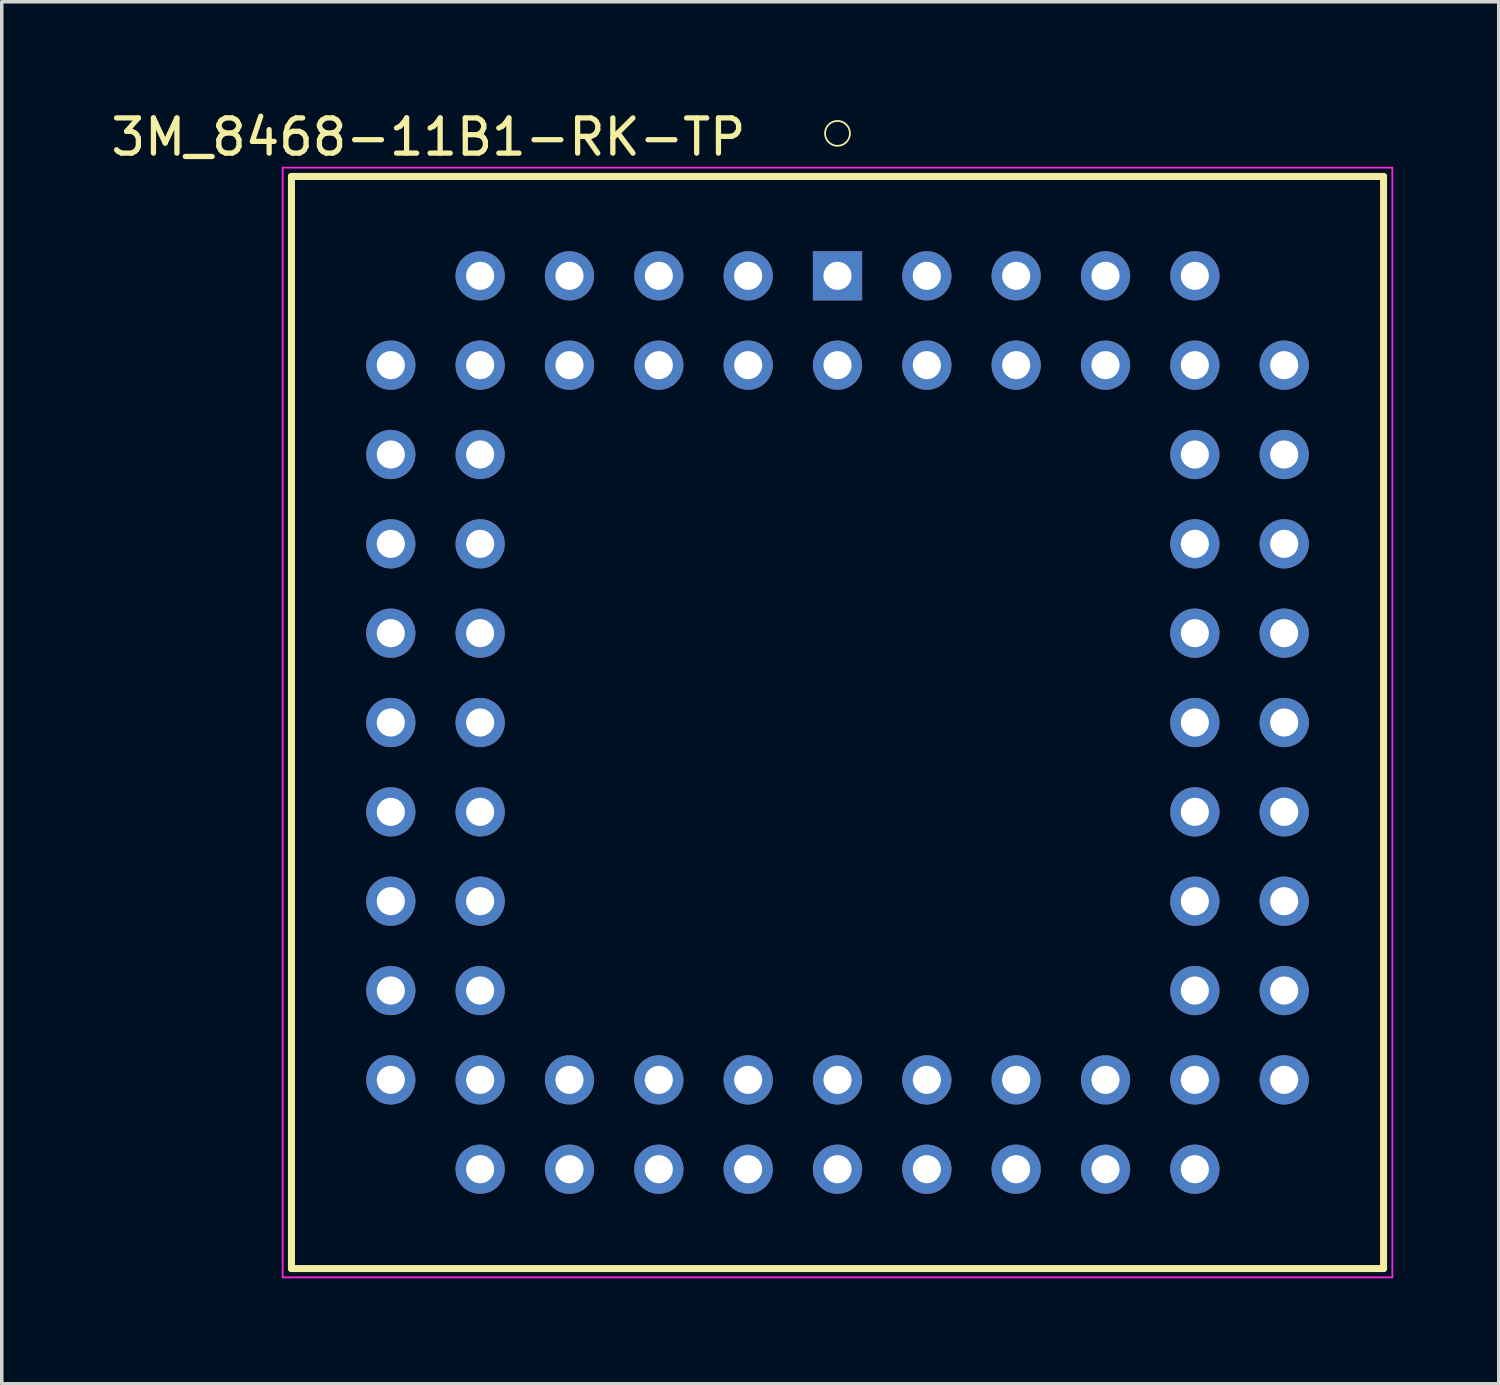
<source format=kicad_pcb>
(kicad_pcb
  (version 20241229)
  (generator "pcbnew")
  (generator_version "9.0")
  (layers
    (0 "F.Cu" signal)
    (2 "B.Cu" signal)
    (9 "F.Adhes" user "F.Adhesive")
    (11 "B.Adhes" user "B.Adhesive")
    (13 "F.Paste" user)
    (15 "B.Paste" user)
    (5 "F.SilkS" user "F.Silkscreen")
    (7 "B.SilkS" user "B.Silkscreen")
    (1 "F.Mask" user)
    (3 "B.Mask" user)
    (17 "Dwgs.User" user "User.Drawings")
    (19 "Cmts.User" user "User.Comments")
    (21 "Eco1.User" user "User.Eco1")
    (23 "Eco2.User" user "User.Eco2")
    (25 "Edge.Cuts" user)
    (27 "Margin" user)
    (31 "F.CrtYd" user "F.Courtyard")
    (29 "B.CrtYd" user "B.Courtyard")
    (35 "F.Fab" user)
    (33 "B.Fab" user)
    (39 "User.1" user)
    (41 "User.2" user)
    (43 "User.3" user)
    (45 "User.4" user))
  (footprint "3M_8468-11B1-RK-TP"
    (layer "F.Cu")
    (at 20.761 17.492)
    (property "Reference" "3M_8468-11B1-RK-TP" (at -11.631 -16.644 0) (layer "F.SilkS") (effects (font (size 1.001 1.001) (thickness 0.15))))
    (attr through_hole)
    (fp_line (start -15.525 -15.525) (end 15.525 -15.525) (stroke (width 0.2) (type solid)) (layer "F.SilkS"))
    (fp_line (start -15.525 15.525) (end -15.525 -15.525) (stroke (width 0.2) (type solid)) (layer "F.SilkS"))
    (fp_line (start 15.525 -15.525) (end 15.525 15.525) (stroke (width 0.2) (type solid)) (layer "F.SilkS"))
    (fp_line (start 15.525 15.525) (end -15.525 15.525) (stroke (width 0.2) (type solid)) (layer "F.SilkS"))
    (fp_circle (center 0 -16.75) (end 0.354 -16.75) (stroke (width 0.05) (type solid)) (fill no) (layer "F.SilkS"))
    (fp_line (start -15.775 -15.775) (end 15.775 -15.775) (stroke (width 0.05) (type solid)) (layer "F.CrtYd"))
    (fp_line (start -15.775 15.775) (end -15.775 -15.775) (stroke (width 0.05) (type solid)) (layer "F.CrtYd"))
    (fp_line (start 15.775 -15.775) (end 15.775 15.775) (stroke (width 0.05) (type solid)) (layer "F.CrtYd"))
    (fp_line (start 15.775 15.775) (end -15.775 15.775) (stroke (width 0.05) (type solid)) (layer "F.CrtYd"))
    (pad "1" thru_hole rect (at 0 -12.7) (size 1.4 1.4) (drill 0.8) (layers "*.Cu" "*.Mask"))
    (pad "2" thru_hole circle (at 0 -10.16) (size 1.4 1.4) (drill 0.8) (layers "*.Cu" "*.Mask"))
    (pad "3" thru_hole circle (at -2.54 -12.7) (size 1.4 1.4) (drill 0.8) (layers "*.Cu" "*.Mask"))
    (pad "4" thru_hole circle (at -2.54 -10.16) (size 1.4 1.4) (drill 0.8) (layers "*.Cu" "*.Mask"))
    (pad "5" thru_hole circle (at -5.08 -12.7) (size 1.4 1.4) (drill 0.8) (layers "*.Cu" "*.Mask"))
    (pad "6" thru_hole circle (at -5.08 -10.16) (size 1.4 1.4) (drill 0.8) (layers "*.Cu" "*.Mask"))
    (pad "7" thru_hole circle (at -7.62 -12.7) (size 1.4 1.4) (drill 0.8) (layers "*.Cu" "*.Mask"))
    (pad "8" thru_hole circle (at -7.62 -10.16) (size 1.4 1.4) (drill 0.8) (layers "*.Cu" "*.Mask"))
    (pad "9" thru_hole circle (at -10.16 -12.7) (size 1.4 1.4) (drill 0.8) (layers "*.Cu" "*.Mask"))
    (pad "10" thru_hole circle (at -12.7 -10.16) (size 1.4 1.4) (drill 0.8) (layers "*.Cu" "*.Mask"))
    (pad "11" thru_hole circle (at -10.16 -10.16) (size 1.4 1.4) (drill 0.8) (layers "*.Cu" "*.Mask"))
    (pad "12" thru_hole circle (at -12.7 -7.62) (size 1.4 1.4) (drill 0.8) (layers "*.Cu" "*.Mask"))
    (pad "13" thru_hole circle (at -10.16 -7.62) (size 1.4 1.4) (drill 0.8) (layers "*.Cu" "*.Mask"))
    (pad "14" thru_hole circle (at -12.7 -5.08) (size 1.4 1.4) (drill 0.8) (layers "*.Cu" "*.Mask"))
    (pad "15" thru_hole circle (at -10.16 -5.08) (size 1.4 1.4) (drill 0.8) (layers "*.Cu" "*.Mask"))
    (pad "16" thru_hole circle (at -12.7 -2.54) (size 1.4 1.4) (drill 0.8) (layers "*.Cu" "*.Mask"))
    (pad "17" thru_hole circle (at -10.16 -2.54) (size 1.4 1.4) (drill 0.8) (layers "*.Cu" "*.Mask"))
    (pad "18" thru_hole circle (at -12.7 0) (size 1.4 1.4) (drill 0.8) (layers "*.Cu" "*.Mask"))
    (pad "19" thru_hole circle (at -10.16 0) (size 1.4 1.4) (drill 0.8) (layers "*.Cu" "*.Mask"))
    (pad "20" thru_hole circle (at -12.7 2.54) (size 1.4 1.4) (drill 0.8) (layers "*.Cu" "*.Mask"))
    (pad "21" thru_hole circle (at -10.16 2.54) (size 1.4 1.4) (drill 0.8) (layers "*.Cu" "*.Mask"))
    (pad "22" thru_hole circle (at -12.7 5.08) (size 1.4 1.4) (drill 0.8) (layers "*.Cu" "*.Mask"))
    (pad "23" thru_hole circle (at -10.16 5.08) (size 1.4 1.4) (drill 0.8) (layers "*.Cu" "*.Mask"))
    (pad "24" thru_hole circle (at -12.7 7.62) (size 1.4 1.4) (drill 0.8) (layers "*.Cu" "*.Mask"))
    (pad "25" thru_hole circle (at -10.16 7.62) (size 1.4 1.4) (drill 0.8) (layers "*.Cu" "*.Mask"))
    (pad "26" thru_hole circle (at -12.7 10.16) (size 1.4 1.4) (drill 0.8) (layers "*.Cu" "*.Mask"))
    (pad "27" thru_hole circle (at -10.16 12.7) (size 1.4 1.4) (drill 0.8) (layers "*.Cu" "*.Mask"))
    (pad "28" thru_hole circle (at -10.16 10.16) (size 1.4 1.4) (drill 0.8) (layers "*.Cu" "*.Mask"))
    (pad "29" thru_hole circle (at -7.62 12.7) (size 1.4 1.4) (drill 0.8) (layers "*.Cu" "*.Mask"))
    (pad "30" thru_hole circle (at -7.62 10.16) (size 1.4 1.4) (drill 0.8) (layers "*.Cu" "*.Mask"))
    (pad "31" thru_hole circle (at -5.08 12.7) (size 1.4 1.4) (drill 0.8) (layers "*.Cu" "*.Mask"))
    (pad "32" thru_hole circle (at -5.08 10.16) (size 1.4 1.4) (drill 0.8) (layers "*.Cu" "*.Mask"))
    (pad "33" thru_hole circle (at -2.54 12.7) (size 1.4 1.4) (drill 0.8) (layers "*.Cu" "*.Mask"))
    (pad "34" thru_hole circle (at -2.54 10.16) (size 1.4 1.4) (drill 0.8) (layers "*.Cu" "*.Mask"))
    (pad "35" thru_hole circle (at 0 12.7) (size 1.4 1.4) (drill 0.8) (layers "*.Cu" "*.Mask"))
    (pad "36" thru_hole circle (at 0 10.16) (size 1.4 1.4) (drill 0.8) (layers "*.Cu" "*.Mask"))
    (pad "37" thru_hole circle (at 2.54 12.7) (size 1.4 1.4) (drill 0.8) (layers "*.Cu" "*.Mask"))
    (pad "38" thru_hole circle (at 2.54 10.16) (size 1.4 1.4) (drill 0.8) (layers "*.Cu" "*.Mask"))
    (pad "39" thru_hole circle (at 5.08 12.7) (size 1.4 1.4) (drill 0.8) (layers "*.Cu" "*.Mask"))
    (pad "40" thru_hole circle (at 5.08 10.16) (size 1.4 1.4) (drill 0.8) (layers "*.Cu" "*.Mask"))
    (pad "41" thru_hole circle (at 7.62 12.7) (size 1.4 1.4) (drill 0.8) (layers "*.Cu" "*.Mask"))
    (pad "42" thru_hole circle (at 7.62 10.16) (size 1.4 1.4) (drill 0.8) (layers "*.Cu" "*.Mask"))
    (pad "43" thru_hole circle (at 10.16 12.7) (size 1.4 1.4) (drill 0.8) (layers "*.Cu" "*.Mask"))
    (pad "44" thru_hole circle (at 12.7 10.16) (size 1.4 1.4) (drill 0.8) (layers "*.Cu" "*.Mask"))
    (pad "45" thru_hole circle (at 10.16 10.16) (size 1.4 1.4) (drill 0.8) (layers "*.Cu" "*.Mask"))
    (pad "46" thru_hole circle (at 12.7 7.62) (size 1.4 1.4) (drill 0.8) (layers "*.Cu" "*.Mask"))
    (pad "47" thru_hole circle (at 10.16 7.62) (size 1.4 1.4) (drill 0.8) (layers "*.Cu" "*.Mask"))
    (pad "48" thru_hole circle (at 12.7 5.08) (size 1.4 1.4) (drill 0.8) (layers "*.Cu" "*.Mask"))
    (pad "49" thru_hole circle (at 10.16 5.08) (size 1.4 1.4) (drill 0.8) (layers "*.Cu" "*.Mask"))
    (pad "50" thru_hole circle (at 12.7 2.54) (size 1.4 1.4) (drill 0.8) (layers "*.Cu" "*.Mask"))
    (pad "51" thru_hole circle (at 10.16 2.54) (size 1.4 1.4) (drill 0.8) (layers "*.Cu" "*.Mask"))
    (pad "52" thru_hole circle (at 12.7 0) (size 1.4 1.4) (drill 0.8) (layers "*.Cu" "*.Mask"))
    (pad "53" thru_hole circle (at 10.16 0) (size 1.4 1.4) (drill 0.8) (layers "*.Cu" "*.Mask"))
    (pad "54" thru_hole circle (at 12.7 -2.54) (size 1.4 1.4) (drill 0.8) (layers "*.Cu" "*.Mask"))
    (pad "55" thru_hole circle (at 10.16 -2.54) (size 1.4 1.4) (drill 0.8) (layers "*.Cu" "*.Mask"))
    (pad "56" thru_hole circle (at 12.7 -5.08) (size 1.4 1.4) (drill 0.8) (layers "*.Cu" "*.Mask"))
    (pad "57" thru_hole circle (at 10.16 -5.08) (size 1.4 1.4) (drill 0.8) (layers "*.Cu" "*.Mask"))
    (pad "58" thru_hole circle (at 12.7 -7.62) (size 1.4 1.4) (drill 0.8) (layers "*.Cu" "*.Mask"))
    (pad "59" thru_hole circle (at 10.16 -7.62) (size 1.4 1.4) (drill 0.8) (layers "*.Cu" "*.Mask"))
    (pad "60" thru_hole circle (at 12.7 -10.16) (size 1.4 1.4) (drill 0.8) (layers "*.Cu" "*.Mask"))
    (pad "61" thru_hole circle (at 10.16 -12.7) (size 1.4 1.4) (drill 0.8) (layers "*.Cu" "*.Mask"))
    (pad "62" thru_hole circle (at 10.16 -10.16) (size 1.4 1.4) (drill 0.8) (layers "*.Cu" "*.Mask"))
    (pad "63" thru_hole circle (at 7.62 -12.7) (size 1.4 1.4) (drill 0.8) (layers "*.Cu" "*.Mask"))
    (pad "64" thru_hole circle (at 7.62 -10.16) (size 1.4 1.4) (drill 0.8) (layers "*.Cu" "*.Mask"))
    (pad "65" thru_hole circle (at 5.08 -12.7) (size 1.4 1.4) (drill 0.8) (layers "*.Cu" "*.Mask"))
    (pad "66" thru_hole circle (at 5.08 -10.16) (size 1.4 1.4) (drill 0.8) (layers "*.Cu" "*.Mask"))
    (pad "67" thru_hole circle (at 2.54 -12.7) (size 1.4 1.4) (drill 0.8) (layers "*.Cu" "*.Mask"))
    (pad "68" thru_hole circle (at 2.54 -10.16) (size 1.4 1.4) (drill 0.8) (layers "*.Cu" "*.Mask")))
  (gr_rect
    (start -3 -3)
    (end 39.561 36.292)
    (stroke (width 0.1) (type default))
    (fill no)
    (layer "Edge.Cuts")))
</source>
